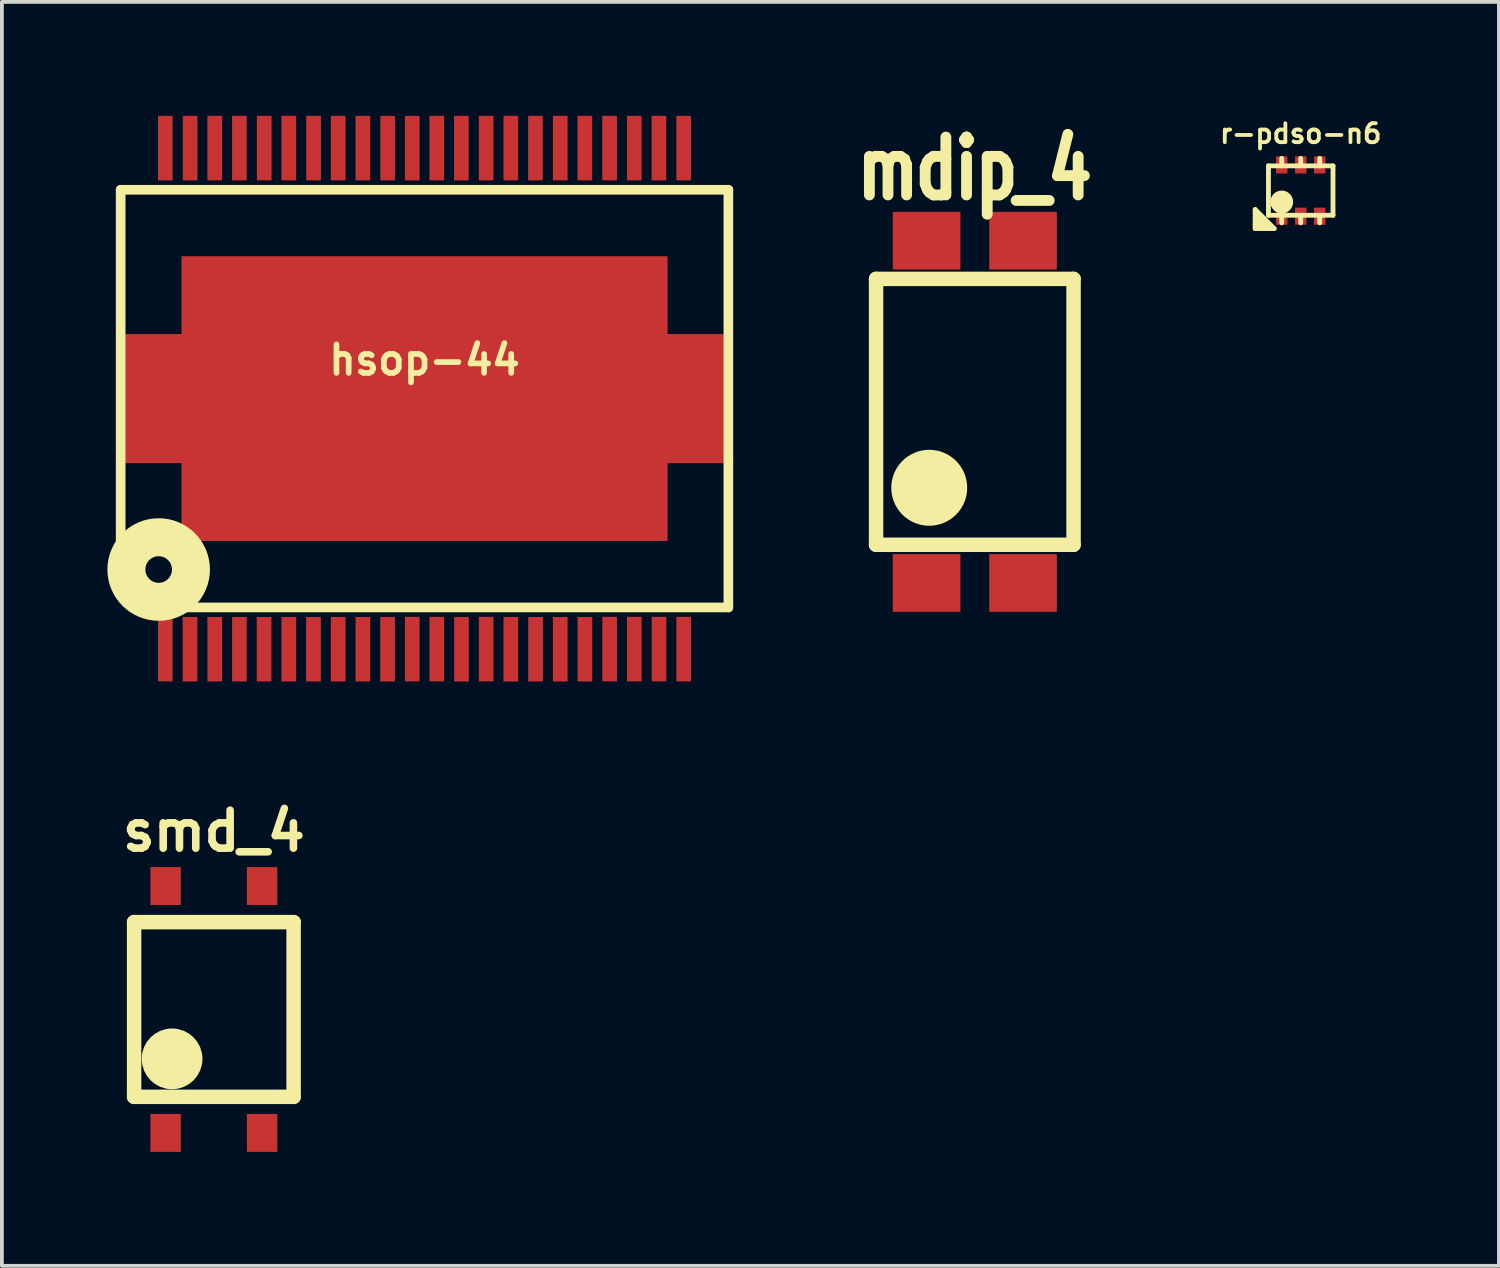
<source format=kicad_pcb>
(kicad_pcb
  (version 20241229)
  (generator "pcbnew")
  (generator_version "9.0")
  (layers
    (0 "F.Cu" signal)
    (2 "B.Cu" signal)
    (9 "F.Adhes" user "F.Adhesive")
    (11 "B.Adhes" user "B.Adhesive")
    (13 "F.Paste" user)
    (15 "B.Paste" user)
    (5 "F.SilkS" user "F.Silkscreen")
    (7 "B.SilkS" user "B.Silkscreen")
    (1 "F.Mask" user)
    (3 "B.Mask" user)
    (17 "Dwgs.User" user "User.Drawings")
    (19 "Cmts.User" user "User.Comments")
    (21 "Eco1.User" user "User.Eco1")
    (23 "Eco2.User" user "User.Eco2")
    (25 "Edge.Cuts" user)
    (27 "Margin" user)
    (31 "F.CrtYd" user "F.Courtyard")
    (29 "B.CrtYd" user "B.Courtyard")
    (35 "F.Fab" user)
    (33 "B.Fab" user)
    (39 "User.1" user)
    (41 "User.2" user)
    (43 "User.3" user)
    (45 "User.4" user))
  (footprint "mdip_4"
    (layer "F.Cu")
    (at 22.618 7.794)
    (property "Reference" "mdip_4" (at 0 -6.401 0) (layer "F.SilkS") (effects (font (size 1.524 1.143) (thickness 0.287))))
    (attr smd)
    (fp_line (start -2.6 -3.5) (end -2.6 3.5) (stroke (width 0.381) (type solid)) (layer "F.SilkS"))
    (fp_line (start -2.6 3.5) (end 2.6 3.5) (stroke (width 0.381) (type solid)) (layer "F.SilkS"))
    (fp_line (start 2.6 -3.5) (end -2.6 -3.5) (stroke (width 0.381) (type solid)) (layer "F.SilkS"))
    (fp_line (start 2.6 3.5) (end 2.6 -3.5) (stroke (width 0.381) (type solid)) (layer "F.SilkS"))
    (fp_circle (center -1.2 2) (end -0.7 2) (stroke (width 1) (type solid)) (fill no) (layer "F.SilkS"))
    (pad "1" smd rect (at -1.27 4.506) (size 1.781 1.519) (layers "F.Cu" "F.Mask" "F.Paste"))
    (pad "2" smd rect (at 1.27 4.506) (size 1.781 1.519) (layers "F.Cu" "F.Mask" "F.Paste"))
    (pad "3" smd rect (at 1.27 -4.506) (size 1.781 1.519) (layers "F.Cu" "F.Mask" "F.Paste"))
    (pad "4" smd rect (at -1.27 -4.506) (size 1.781 1.519) (layers "F.Cu" "F.Mask" "F.Paste")))
  (footprint "smd_4"
    (layer "F.Cu")
    (at 2.581 23.531)
    (property "Reference" "smd_4" (at 0 -4.7 0) (layer "F.SilkS") (effects (font (size 1 1) (thickness 0.2))))
    (attr smd)
    (fp_line (start -2.1 -2.3) (end -2.1 2.3) (stroke (width 0.381) (type solid)) (layer "F.SilkS"))
    (fp_line (start -2.1 2.3) (end 2.1 2.3) (stroke (width 0.381) (type solid)) (layer "F.SilkS"))
    (fp_line (start 2.1 -2.3) (end -2.1 -2.3) (stroke (width 0.381) (type solid)) (layer "F.SilkS"))
    (fp_line (start 2.1 2.3) (end 2.1 -2.3) (stroke (width 0.381) (type solid)) (layer "F.SilkS"))
    (fp_circle (center -1.1 1.3) (end -0.7 1.3) (stroke (width 0.8) (type solid)) (fill no) (layer "F.SilkS"))
    (pad "1" smd rect (at -1.27 3.25) (size 0.8 1) (layers "F.Cu" "F.Mask" "F.Paste"))
    (pad "2" smd rect (at 1.27 3.25) (size 0.8 1) (layers "F.Cu" "F.Mask" "F.Paste"))
    (pad "3" smd rect (at 1.27 -3.25) (size 0.8 1) (layers "F.Cu" "F.Mask" "F.Paste"))
    (pad "4" smd rect (at -1.27 -3.25) (size 0.8 1) (layers "F.Cu" "F.Mask" "F.Paste")))
  (footprint "hsop-44"
    (layer "F.Cu")
    (at 8.128 7.446)
    (property "Reference" "hsop-44" (at 0 -1.016 0) (layer "F.SilkS") (effects (font (size 0.749 0.749) (thickness 0.15))))
    (attr smd)
    (fp_line (start -8.001 -5.499) (end -8.001 4.699) (stroke (width 0.254) (type solid)) (layer "F.SilkS"))
    (fp_line (start -8.001 -5.499) (end 8.001 -5.499) (stroke (width 0.254) (type solid)) (layer "F.SilkS"))
    (fp_line (start -7.201 5.499) (end -8.001 4.699) (stroke (width 0.254) (type solid)) (layer "F.SilkS"))
    (fp_line (start -7.201 5.499) (end 8.001 5.499) (stroke (width 0.254) (type solid)) (layer "F.SilkS"))
    (fp_line (start 8.001 5.499) (end 8.001 -5.499) (stroke (width 0.254) (type solid)) (layer "F.SilkS"))
    (fp_circle (center -7 4.5) (end -6.65 4.5) (stroke (width 1) (type solid)) (fill no) (layer "F.SilkS"))
    (pad "1" smd rect (at -6.825 6.596) (size 0.386 1.699) (layers "F.Cu" "F.Mask" "F.Paste"))
    (pad "2" smd rect (at -6.175 6.599) (size 0.386 1.699) (layers "F.Cu" "F.Mask" "F.Paste"))
    (pad "3" smd rect (at -5.524 6.599) (size 0.386 1.699) (layers "F.Cu" "F.Mask" "F.Paste"))
    (pad "4" smd rect (at -4.874 6.599) (size 0.386 1.699) (layers "F.Cu" "F.Mask" "F.Paste"))
    (pad "5" smd rect (at -4.224 6.599) (size 0.386 1.699) (layers "F.Cu" "F.Mask" "F.Paste"))
    (pad "6" smd rect (at -3.574 6.599) (size 0.386 1.699) (layers "F.Cu" "F.Mask" "F.Paste"))
    (pad "7" smd rect (at -2.924 6.599) (size 0.386 1.699) (layers "F.Cu" "F.Mask" "F.Paste"))
    (pad "8" smd rect (at -2.273 6.599) (size 0.386 1.699) (layers "F.Cu" "F.Mask" "F.Paste"))
    (pad "9" smd rect (at -1.623 6.599) (size 0.386 1.699) (layers "F.Cu" "F.Mask" "F.Paste"))
    (pad "10" smd rect (at -0.973 6.599) (size 0.386 1.699) (layers "F.Cu" "F.Mask" "F.Paste"))
    (pad "11" smd rect (at -0.323 6.596) (size 0.386 1.699) (layers "F.Cu" "F.Mask" "F.Paste"))
    (pad "12" smd rect (at 0.323 6.596) (size 0.386 1.699) (layers "F.Cu" "F.Mask" "F.Paste"))
    (pad "13" smd rect (at 0.973 6.599) (size 0.386 1.699) (layers "F.Cu" "F.Mask" "F.Paste"))
    (pad "14" smd rect (at 1.623 6.596) (size 0.386 1.699) (layers "F.Cu" "F.Mask" "F.Paste"))
    (pad "15" smd rect (at 2.273 6.599) (size 0.386 1.699) (layers "F.Cu" "F.Mask" "F.Paste"))
    (pad "16" smd rect (at 2.924 6.599) (size 0.386 1.699) (layers "F.Cu" "F.Mask" "F.Paste"))
    (pad "17" smd rect (at 3.574 6.599) (size 0.386 1.699) (layers "F.Cu" "F.Mask" "F.Paste"))
    (pad "18" smd rect (at 4.224 6.599) (size 0.386 1.699) (layers "F.Cu" "F.Mask" "F.Paste"))
    (pad "19" smd rect (at 4.874 6.596) (size 0.386 1.699) (layers "F.Cu" "F.Mask" "F.Paste"))
    (pad "20" smd rect (at 5.524 6.596) (size 0.386 1.699) (layers "F.Cu" "F.Mask" "F.Paste"))
    (pad "21" smd rect (at 6.175 6.596) (size 0.386 1.699) (layers "F.Cu" "F.Mask" "F.Paste"))
    (pad "22" smd rect (at 6.825 6.596) (size 0.386 1.699) (layers "F.Cu" "F.Mask" "F.Paste"))
    (pad "23" smd rect (at 6.825 -6.596) (size 0.386 1.699) (layers "F.Cu" "F.Mask" "F.Paste"))
    (pad "24" smd rect (at 6.172 -6.596) (size 0.386 1.699) (layers "F.Cu" "F.Mask" "F.Paste"))
    (pad "25" smd rect (at 5.524 -6.596) (size 0.386 1.699) (layers "F.Cu" "F.Mask" "F.Paste"))
    (pad "26" smd rect (at 4.874 -6.596) (size 0.386 1.699) (layers "F.Cu" "F.Mask" "F.Paste"))
    (pad "27" smd rect (at 4.221 -6.596) (size 0.386 1.699) (layers "F.Cu" "F.Mask" "F.Paste"))
    (pad "28" smd rect (at 3.574 -6.596) (size 0.386 1.699) (layers "F.Cu" "F.Mask" "F.Paste"))
    (pad "29" smd rect (at 2.921 -6.596) (size 0.386 1.699) (layers "F.Cu" "F.Mask" "F.Paste"))
    (pad "30" smd rect (at 2.273 -6.596) (size 0.386 1.699) (layers "F.Cu" "F.Mask" "F.Paste"))
    (pad "31" smd rect (at 1.623 -6.596) (size 0.386 1.699) (layers "F.Cu" "F.Mask" "F.Paste"))
    (pad "32" smd rect (at 0.97 -6.596) (size 0.386 1.699) (layers "F.Cu" "F.Mask" "F.Paste"))
    (pad "33" smd rect (at 0.323 -6.596) (size 0.386 1.699) (layers "F.Cu" "F.Mask" "F.Paste"))
    (pad "34" smd rect (at -0.323 -6.596) (size 0.386 1.699) (layers "F.Cu" "F.Mask" "F.Paste"))
    (pad "35" smd rect (at -0.97 -6.596) (size 0.386 1.699) (layers "F.Cu" "F.Mask" "F.Paste"))
    (pad "36" smd rect (at -1.623 -6.596) (size 0.386 1.699) (layers "F.Cu" "F.Mask" "F.Paste"))
    (pad "37" smd rect (at -2.273 -6.596) (size 0.386 1.699) (layers "F.Cu" "F.Mask" "F.Paste"))
    (pad "38" smd rect (at -2.921 -6.596) (size 0.386 1.699) (layers "F.Cu" "F.Mask" "F.Paste"))
    (pad "39" smd rect (at -3.574 -6.596) (size 0.386 1.699) (layers "F.Cu" "F.Mask" "F.Paste"))
    (pad "40" smd rect (at -4.221 -6.596) (size 0.386 1.699) (layers "F.Cu" "F.Mask" "F.Paste"))
    (pad "41" smd rect (at -4.874 -6.596) (size 0.386 1.699) (layers "F.Cu" "F.Mask" "F.Paste"))
    (pad "42" smd rect (at -5.524 -6.596) (size 0.386 1.699) (layers "F.Cu" "F.Mask" "F.Paste"))
    (pad "43" smd rect (at -6.172 -6.596) (size 0.386 1.699) (layers "F.Cu" "F.Mask" "F.Paste"))
    (pad "44" smd rect (at -6.825 -6.596) (size 0.386 1.699) (layers "F.Cu" "F.Mask" "F.Paste"))
    (pad "45" smd rect (at 0 0) (size 12.799 7.498) (layers "F.Cu" "F.Mask" "F.Paste"))
    (pad "45" smd rect (at 0 0) (size 16.099 3.399) (layers "F.Cu" "F.Mask" "F.Paste")))
  (footprint "r-pdso-n6"
    (layer "F.Cu")
    (at 31.2 1.968)
    (property "Reference" "r-pdso-n6" (at 0 -1.5 0) (layer "F.SilkS") (effects (font (size 0.5 0.5) (thickness 0.1))))
    (attr smd)
    (fp_line (start -1.2 0.5) (end -0.7 1) (stroke (width 0.127) (type solid)) (layer "F.SilkS"))
    (fp_line (start -1.2 0.7) (end -0.9 1) (stroke (width 0.127) (type solid)) (layer "F.SilkS"))
    (fp_line (start -1.2 0.9) (end -1.1 1) (stroke (width 0.127) (type solid)) (layer "F.SilkS"))
    (fp_line (start -1.2 1) (end -1.2 0.5) (stroke (width 0.127) (type solid)) (layer "F.SilkS"))
    (fp_line (start -1 1) (end -1.2 0.8) (stroke (width 0.127) (type solid)) (layer "F.SilkS"))
    (fp_line (start -0.85 -0.65) (end -0.85 0.65) (stroke (width 0.127) (type solid)) (layer "F.SilkS"))
    (fp_line (start -0.85 0.65) (end 0.85 0.65) (stroke (width 0.127) (type solid)) (layer "F.SilkS"))
    (fp_line (start -0.8 1) (end -1.2 0.6) (stroke (width 0.127) (type solid)) (layer "F.SilkS"))
    (fp_line (start -0.7 1) (end -1.2 1) (stroke (width 0.127) (type solid)) (layer "F.SilkS"))
    (fp_line (start -0.5 -0.65) (end -0.5 -0.85) (stroke (width 0.127) (type solid)) (layer "F.SilkS"))
    (fp_line (start -0.5 0.65) (end -0.5 0.85) (stroke (width 0.127) (type solid)) (layer "F.SilkS"))
    (fp_line (start 0 -0.65) (end 0 -0.85) (stroke (width 0.127) (type solid)) (layer "F.SilkS"))
    (fp_line (start 0 0.65) (end 0 0.85) (stroke (width 0.127) (type solid)) (layer "F.SilkS"))
    (fp_line (start 0.5 -0.65) (end 0.5 -0.85) (stroke (width 0.127) (type solid)) (layer "F.SilkS"))
    (fp_line (start 0.5 0.65) (end 0.5 0.85) (stroke (width 0.127) (type solid)) (layer "F.SilkS"))
    (fp_line (start 0.85 -0.65) (end -0.85 -0.65) (stroke (width 0.127) (type solid)) (layer "F.SilkS"))
    (fp_line (start 0.85 0.65) (end 0.85 -0.65) (stroke (width 0.127) (type solid)) (layer "F.SilkS"))
    (fp_circle (center -0.5 0.3) (end -0.35 0.3) (stroke (width 0.3) (type solid)) (fill no) (layer "F.SilkS"))
    (pad "1" smd rect (at -0.5 0.675) (size 0.3 0.45) (layers "F.Cu" "F.Mask" "F.Paste"))
    (pad "2" smd rect (at 0 0.675) (size 0.3 0.45) (layers "F.Cu" "F.Mask" "F.Paste"))
    (pad "3" smd rect (at 0.5 0.675) (size 0.3 0.45) (layers "F.Cu" "F.Mask" "F.Paste"))
    (pad "4" smd rect (at 0.5 -0.675) (size 0.3 0.45) (layers "F.Cu" "F.Mask" "F.Paste"))
    (pad "5" smd rect (at 0 -0.675) (size 0.3 0.45) (layers "F.Cu" "F.Mask" "F.Paste"))
    (pad "6" smd rect (at -0.5 -0.675) (size 0.3 0.45) (layers "F.Cu" "F.Mask" "F.Paste")))
  (gr_rect
    (start -3 -3)
    (end 36.419 30.281)
    (stroke (width 0.1) (type default))
    (fill no)
    (layer "Edge.Cuts")))
</source>
